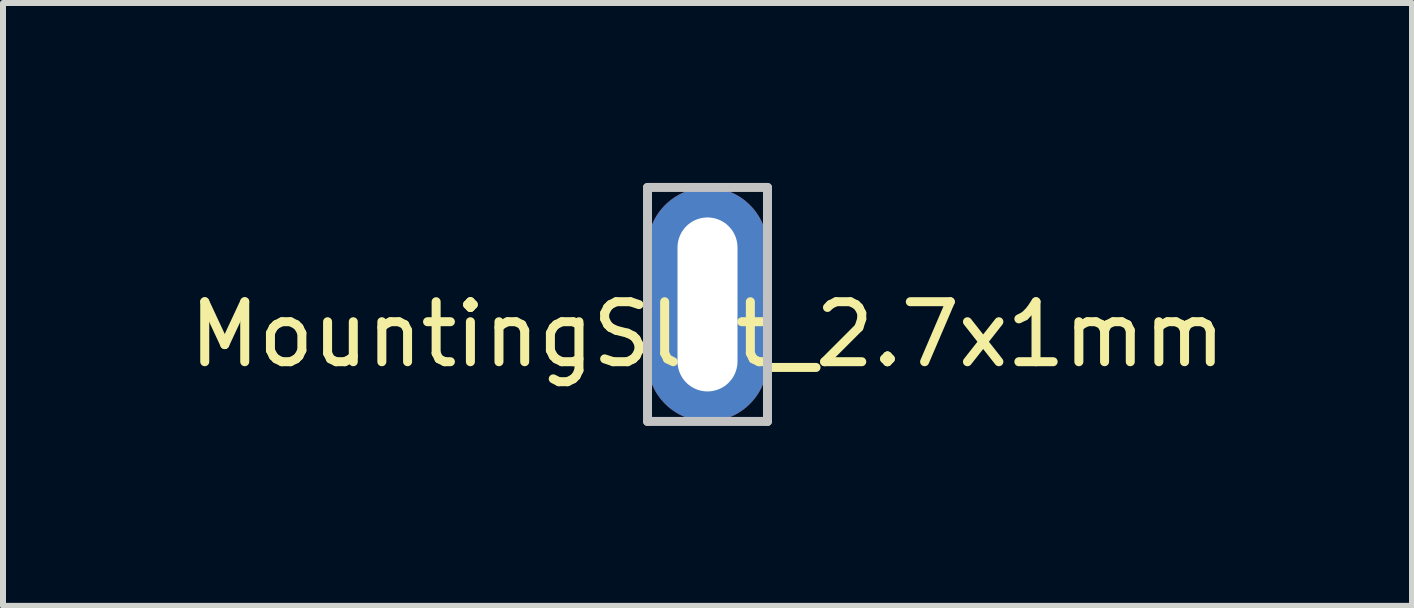
<source format=kicad_pcb>
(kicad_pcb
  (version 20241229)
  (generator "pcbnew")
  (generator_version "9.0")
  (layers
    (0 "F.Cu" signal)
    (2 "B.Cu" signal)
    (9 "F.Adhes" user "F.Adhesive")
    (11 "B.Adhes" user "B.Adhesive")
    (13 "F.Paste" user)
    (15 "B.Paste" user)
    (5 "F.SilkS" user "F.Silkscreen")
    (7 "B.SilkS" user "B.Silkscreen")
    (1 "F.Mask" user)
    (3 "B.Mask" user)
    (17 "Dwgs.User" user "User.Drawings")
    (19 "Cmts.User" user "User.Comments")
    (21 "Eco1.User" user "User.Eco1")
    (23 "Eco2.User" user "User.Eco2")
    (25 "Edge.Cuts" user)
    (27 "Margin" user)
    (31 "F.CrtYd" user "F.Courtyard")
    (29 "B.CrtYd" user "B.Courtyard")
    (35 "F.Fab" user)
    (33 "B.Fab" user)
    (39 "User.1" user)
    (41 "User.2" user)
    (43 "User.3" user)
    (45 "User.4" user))
  (footprint "MountingSlot_2.7x1mm"
    (layer "F.Cu")
    (at 8.744 2.025)
    (property "Reference" "MountingSlot_2.7x1mm" (at 0 0.5 0) (layer "F.SilkS") (effects (font (size 1 1) (thickness 0.15))))
    (attr through_hole)
    (fp_line (start -1 -1.95) (end 1 -1.95) (stroke (width 0.15) (type solid)) (layer "Dwgs.User"))
    (fp_line (start -1 1.95) (end -1 -1.95) (stroke (width 0.15) (type solid)) (layer "Dwgs.User"))
    (fp_line (start 1 -1.95) (end 1 1.95) (stroke (width 0.15) (type solid)) (layer "Dwgs.User"))
    (fp_line (start 1 1.95) (end -1 1.95) (stroke (width 0.15) (type solid)) (layer "Dwgs.User"))
    (pad "" np_thru_hole oval (at 0 0) (size 2 3.9) (drill oval 1 2.9) (layers "*.Cu" "*.Mask")))
  (gr_rect
    (start -3 -3)
    (end 20.488 7.05)
    (stroke (width 0.1) (type default))
    (fill no)
    (layer "Edge.Cuts")))
</source>
